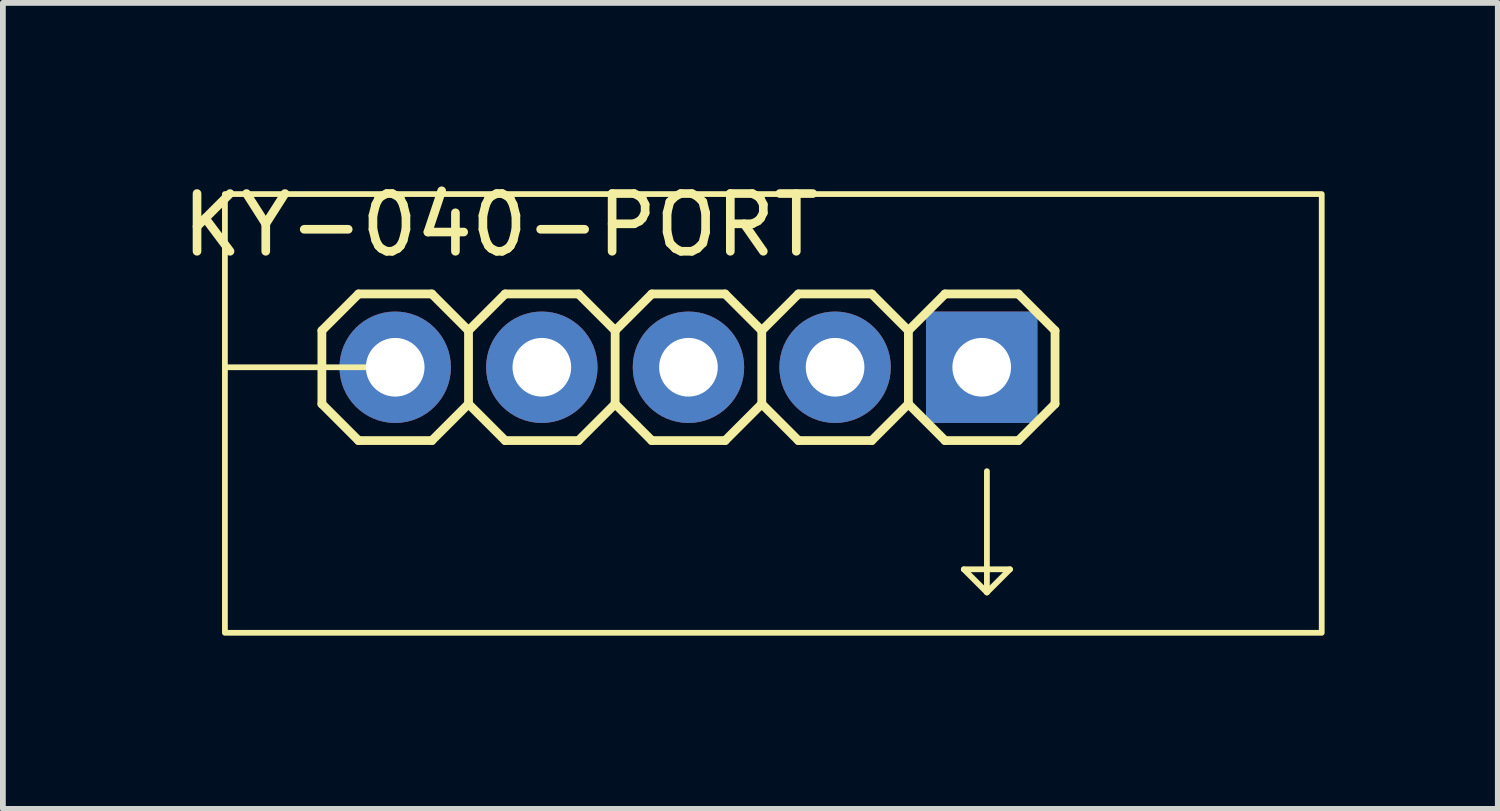
<source format=kicad_pcb>
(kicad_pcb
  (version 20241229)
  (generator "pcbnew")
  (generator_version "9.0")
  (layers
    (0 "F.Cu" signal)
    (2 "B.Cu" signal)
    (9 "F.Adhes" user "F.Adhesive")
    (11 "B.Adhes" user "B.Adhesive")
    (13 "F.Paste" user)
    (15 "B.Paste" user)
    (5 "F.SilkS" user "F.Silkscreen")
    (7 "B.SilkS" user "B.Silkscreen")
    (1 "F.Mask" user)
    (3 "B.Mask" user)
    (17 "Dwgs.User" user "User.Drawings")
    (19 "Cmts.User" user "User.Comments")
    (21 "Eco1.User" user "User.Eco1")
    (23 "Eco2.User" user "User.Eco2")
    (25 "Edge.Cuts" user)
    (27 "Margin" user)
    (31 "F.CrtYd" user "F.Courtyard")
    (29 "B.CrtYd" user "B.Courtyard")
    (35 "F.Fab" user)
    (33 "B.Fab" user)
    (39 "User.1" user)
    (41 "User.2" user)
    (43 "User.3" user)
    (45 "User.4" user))
  (footprint "KY-040-PORT"
    (layer "F.Cu")
    (at 10.146 3.312)
    (property "Reference" "KY-040-PORT" (at -4.521 -2.464 0) (layer "F.SilkS") (effects (font (size 1 1) (thickness 0.15))))
    (attr through_hole)
    (fp_line (start -7.62 -0.635) (end -7.62 0.635) (stroke (width 0.152) (type solid)) (layer "F.SilkS"))
    (fp_line (start -7.62 0.635) (end -6.985 1.27) (stroke (width 0.152) (type solid)) (layer "F.SilkS"))
    (fp_line (start -6.985 -1.27) (end -7.62 -0.635) (stroke (width 0.152) (type solid)) (layer "F.SilkS"))
    (fp_line (start -6.985 -1.27) (end -5.715 -1.27) (stroke (width 0.152) (type solid)) (layer "F.SilkS"))
    (fp_line (start -6.3 0) (end -9.3 0) (stroke (width 0.1) (type default)) (layer "F.SilkS"))
    (fp_line (start -5.715 -1.27) (end -5.08 -0.635) (stroke (width 0.152) (type solid)) (layer "F.SilkS"))
    (fp_line (start -5.715 1.27) (end -6.985 1.27) (stroke (width 0.152) (type solid)) (layer "F.SilkS"))
    (fp_line (start -5.08 -0.635) (end -5.08 0.635) (stroke (width 0.152) (type solid)) (layer "F.SilkS"))
    (fp_line (start -5.08 -0.635) (end -4.445 -1.27) (stroke (width 0.152) (type solid)) (layer "F.SilkS"))
    (fp_line (start -5.08 0.635) (end -5.715 1.27) (stroke (width 0.152) (type solid)) (layer "F.SilkS"))
    (fp_line (start -4.445 -1.27) (end -3.175 -1.27) (stroke (width 0.152) (type solid)) (layer "F.SilkS"))
    (fp_line (start -4.445 1.27) (end -5.08 0.635) (stroke (width 0.152) (type solid)) (layer "F.SilkS"))
    (fp_line (start -3.175 -1.27) (end -2.54 -0.635) (stroke (width 0.152) (type solid)) (layer "F.SilkS"))
    (fp_line (start -3.175 1.27) (end -4.445 1.27) (stroke (width 0.152) (type solid)) (layer "F.SilkS"))
    (fp_line (start -2.54 -0.635) (end -2.54 0.635) (stroke (width 0.152) (type solid)) (layer "F.SilkS"))
    (fp_line (start -2.54 -0.635) (end -1.905 -1.27) (stroke (width 0.152) (type solid)) (layer "F.SilkS"))
    (fp_line (start -2.54 0.635) (end -3.175 1.27) (stroke (width 0.152) (type solid)) (layer "F.SilkS"))
    (fp_line (start -1.905 -1.27) (end -0.635 -1.27) (stroke (width 0.152) (type solid)) (layer "F.SilkS"))
    (fp_line (start -1.905 1.27) (end -2.54 0.635) (stroke (width 0.152) (type solid)) (layer "F.SilkS"))
    (fp_line (start -0.635 -1.27) (end 0 -0.635) (stroke (width 0.152) (type solid)) (layer "F.SilkS"))
    (fp_line (start -0.635 1.27) (end -1.905 1.27) (stroke (width 0.152) (type solid)) (layer "F.SilkS"))
    (fp_line (start 0 -0.635) (end 0 0.635) (stroke (width 0.152) (type solid)) (layer "F.SilkS"))
    (fp_line (start 0 0.635) (end -0.635 1.27) (stroke (width 0.152) (type solid)) (layer "F.SilkS"))
    (fp_line (start 0 0.635) (end 0.635 1.27) (stroke (width 0.152) (type solid)) (layer "F.SilkS"))
    (fp_line (start 0.635 -1.27) (end 0 -0.635) (stroke (width 0.152) (type solid)) (layer "F.SilkS"))
    (fp_line (start 0.635 -1.27) (end 1.905 -1.27) (stroke (width 0.152) (type solid)) (layer "F.SilkS"))
    (fp_line (start 1.905 -1.27) (end 2.54 -0.635) (stroke (width 0.152) (type solid)) (layer "F.SilkS"))
    (fp_line (start 1.905 1.27) (end 0.635 1.27) (stroke (width 0.152) (type solid)) (layer "F.SilkS"))
    (fp_line (start 2.54 -0.635) (end 2.54 0.635) (stroke (width 0.152) (type solid)) (layer "F.SilkS"))
    (fp_line (start 2.54 -0.635) (end 3.175 -1.27) (stroke (width 0.152) (type solid)) (layer "F.SilkS"))
    (fp_line (start 2.54 0.635) (end 1.905 1.27) (stroke (width 0.152) (type solid)) (layer "F.SilkS"))
    (fp_line (start 3.175 -1.27) (end 4.445 -1.27) (stroke (width 0.152) (type solid)) (layer "F.SilkS"))
    (fp_line (start 3.175 1.27) (end 2.54 0.635) (stroke (width 0.152) (type solid)) (layer "F.SilkS"))
    (fp_line (start 3.5 3.5) (end 4.3 3.5) (stroke (width 0.1) (type default)) (layer "F.SilkS"))
    (fp_line (start 3.9 1.8) (end 3.9 3.9) (stroke (width 0.1) (type default)) (layer "F.SilkS"))
    (fp_line (start 3.9 3.9) (end 3.5 3.5) (stroke (width 0.1) (type default)) (layer "F.SilkS"))
    (fp_line (start 3.9 3.9) (end 4.3 3.5) (stroke (width 0.1) (type default)) (layer "F.SilkS"))
    (fp_line (start 4.445 -1.27) (end 5.08 -0.635) (stroke (width 0.152) (type solid)) (layer "F.SilkS"))
    (fp_line (start 4.445 1.27) (end 3.175 1.27) (stroke (width 0.152) (type solid)) (layer "F.SilkS"))
    (fp_line (start 5.08 -0.635) (end 5.08 0.635) (stroke (width 0.152) (type solid)) (layer "F.SilkS"))
    (fp_line (start 5.08 0.635) (end 4.445 1.27) (stroke (width 0.152) (type solid)) (layer "F.SilkS"))
    (fp_rect (start -9.3 -3) (end 9.7 4.6) (stroke (width 0.1) (type default)) (fill no) (layer "F.SilkS"))
    (fp_poly (pts (xy -6.604 -0.254) (xy -6.096 -0.254) (xy -6.096 0.254) (xy -6.604 0.254)) (stroke (width 0.01) (type solid)) (fill no) (layer "F.Fab"))
    (fp_poly (pts (xy -4.064 -0.254) (xy -3.556 -0.254) (xy -3.556 0.254) (xy -4.064 0.254)) (stroke (width 0.01) (type solid)) (fill no) (layer "F.Fab"))
    (fp_poly (pts (xy -1.524 -0.254) (xy -1.016 -0.254) (xy -1.016 0.254) (xy -1.524 0.254)) (stroke (width 0.01) (type solid)) (fill no) (layer "F.Fab"))
    (fp_poly (pts (xy 1.016 -0.254) (xy 1.524 -0.254) (xy 1.524 0.254) (xy 1.016 0.254)) (stroke (width 0.01) (type solid)) (fill no) (layer "F.Fab"))
    (fp_poly (pts (xy 3.556 -0.254) (xy 4.064 -0.254) (xy 4.064 0.254) (xy 3.556 0.254)) (stroke (width 0.01) (type solid)) (fill no) (layer "F.Fab"))
    (pad "CLK" thru_hole circle (at -6.35 0) (size 1.93 1.93) (drill 1.016) (layers "*.Cu" "*.Mask"))
    (pad "DT" thru_hole circle (at -3.81 0) (size 1.93 1.93) (drill 1.016) (layers "*.Cu" "*.Mask"))
    (pad "GND" thru_hole rect (at 3.81 0) (size 1.93 1.93) (drill 1.016) (layers "*.Cu" "*.Mask"))
    (pad "SW" thru_hole circle (at -1.27 0) (size 1.93 1.93) (drill 1.016) (layers "*.Cu" "*.Mask"))
    (pad "VCC" thru_hole circle (at 1.27 0) (size 1.93 1.93) (drill 1.016) (layers "*.Cu" "*.Mask")))
  (gr_rect
    (start -3 -3)
    (end 22.896 10.962)
    (stroke (width 0.1) (type default))
    (fill no)
    (layer "Edge.Cuts")))
</source>
